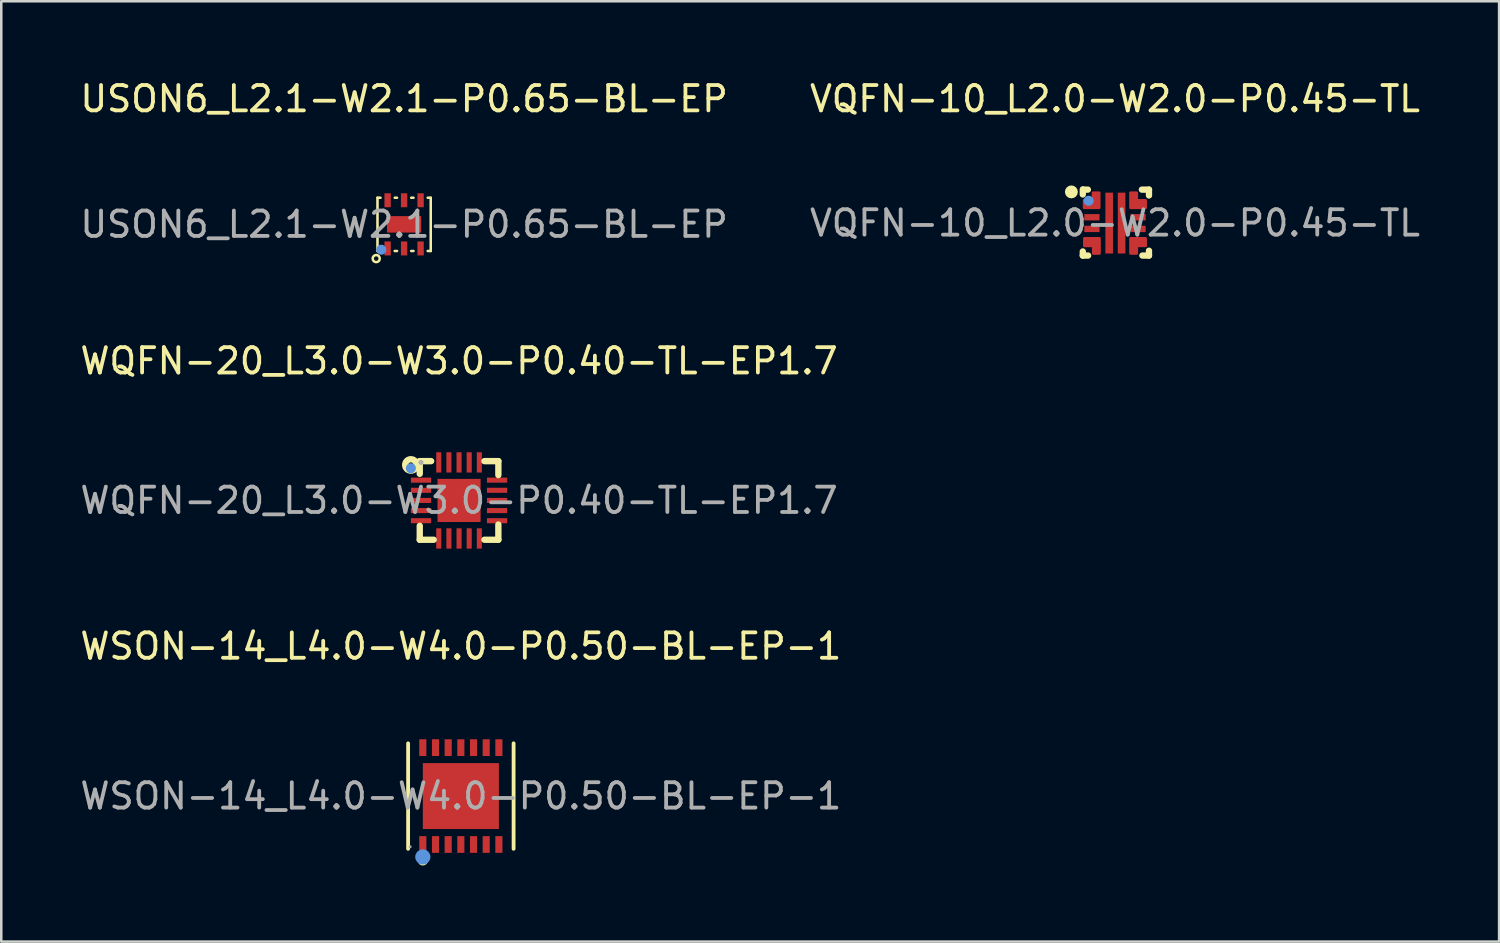
<source format=kicad_pcb>
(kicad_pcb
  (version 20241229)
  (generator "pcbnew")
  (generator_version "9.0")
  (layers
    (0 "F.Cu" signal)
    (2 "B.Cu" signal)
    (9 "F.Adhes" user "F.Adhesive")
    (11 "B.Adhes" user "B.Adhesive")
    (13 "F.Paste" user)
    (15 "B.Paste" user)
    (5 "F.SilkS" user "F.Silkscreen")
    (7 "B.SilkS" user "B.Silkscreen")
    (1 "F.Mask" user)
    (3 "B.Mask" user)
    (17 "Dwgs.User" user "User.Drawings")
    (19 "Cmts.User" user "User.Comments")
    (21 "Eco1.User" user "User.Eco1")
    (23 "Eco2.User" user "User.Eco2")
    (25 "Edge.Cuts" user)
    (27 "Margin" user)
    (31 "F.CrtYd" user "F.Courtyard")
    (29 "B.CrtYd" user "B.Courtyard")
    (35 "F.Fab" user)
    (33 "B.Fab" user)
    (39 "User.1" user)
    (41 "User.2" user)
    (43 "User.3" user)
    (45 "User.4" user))
  (footprint "WSON-14_L4.0-W4.0-P0.50-BL-EP-1"
    (layer "F.Cu")
    (at 15.125 28.345)
    (property "Reference" "WSON-14_L4.0-W4.0-P0.50-BL-EP-1" (at 0 -5.91 0) (layer "F.SilkS") (effects (font (size 1 1) (thickness 0.15))))
    (attr smd)
    (fp_line (start -2.08 2.08) (end -2.08 -2.08) (stroke (width 0.15) (type solid)) (layer "F.SilkS"))
    (fp_line (start 2.08 -2.08) (end 2.08 2.08) (stroke (width 0.15) (type solid)) (layer "F.SilkS"))
    (fp_circle (center -1.5 2.54) (end -1.4 2.54) (stroke (width 0.2) (type solid)) (fill no) (layer "F.SilkS"))
    (fp_circle (center -1.5 2.4) (end -1.35 2.4) (stroke (width 0.3) (type solid)) (fill no) (layer "Cmts.User"))
    (fp_circle (center -2 2) (end -1.97 2) (stroke (width 0.06) (type solid)) (fill no) (layer "F.Fab"))
    (fp_text user "${REFERENCE}" (at 0 0 0) (layer "F.Fab") (effects (font (size 1 1) (thickness 0.15))))
    (pad "1" smd rect (at -1.5 1.91) (size 0.28 0.66) (layers "F.Cu" "F.Mask" "F.Paste"))
    (pad "2" smd rect (at -1 1.91) (size 0.28 0.66) (layers "F.Cu" "F.Mask" "F.Paste"))
    (pad "3" smd rect (at -0.5 1.91) (size 0.28 0.66) (layers "F.Cu" "F.Mask" "F.Paste"))
    (pad "4" smd rect (at 0 1.91) (size 0.28 0.66) (layers "F.Cu" "F.Mask" "F.Paste"))
    (pad "5" smd rect (at 0.5 1.91) (size 0.28 0.66) (layers "F.Cu" "F.Mask" "F.Paste"))
    (pad "6" smd rect (at 1 1.91) (size 0.28 0.66) (layers "F.Cu" "F.Mask" "F.Paste"))
    (pad "7" smd rect (at 1.5 1.91) (size 0.28 0.66) (layers "F.Cu" "F.Mask" "F.Paste"))
    (pad "8" smd rect (at 1.5 -1.91) (size 0.28 0.66) (layers "F.Cu" "F.Mask" "F.Paste"))
    (pad "9" smd rect (at 1 -1.91) (size 0.28 0.66) (layers "F.Cu" "F.Mask" "F.Paste"))
    (pad "10" smd rect (at 0.5 -1.91) (size 0.28 0.66) (layers "F.Cu" "F.Mask" "F.Paste"))
    (pad "11" smd rect (at 0 -1.91) (size 0.28 0.66) (layers "F.Cu" "F.Mask" "F.Paste"))
    (pad "12" smd rect (at -0.5 -1.91) (size 0.28 0.66) (layers "F.Cu" "F.Mask" "F.Paste"))
    (pad "13" smd rect (at -1 -1.91) (size 0.28 0.66) (layers "F.Cu" "F.Mask" "F.Paste"))
    (pad "14" smd rect (at -1.5 -1.91) (size 0.28 0.66) (layers "F.Cu" "F.Mask" "F.Paste"))
    (pad "15" smd rect (at 0 0) (size 3 2.6) (layers "F.Cu" "F.Mask" "F.Paste")))
  (footprint "VQFN-10_L2.0-W2.0-P0.45-TL"
    (layer "F.Cu")
    (at 40.923 5.748)
    (property "Reference" "VQFN-10_L2.0-W2.0-P0.45-TL" (at 0 -4.9 0) (layer "F.SilkS") (effects (font (size 1 1) (thickness 0.15))))
    (attr smd)
    (fp_line (start -1.27 -1.13) (end -1.27 -1.33) (stroke (width 0.25) (type solid)) (layer "F.SilkS"))
    (fp_line (start -1.27 1.28) (end -1.27 1.12) (stroke (width 0.25) (type solid)) (layer "F.SilkS"))
    (fp_line (start -1.23 -1.32) (end -1.07 -1.32) (stroke (width 0.25) (type solid)) (layer "F.SilkS"))
    (fp_line (start -1.06 1.28) (end -1.27 1.28) (stroke (width 0.25) (type solid)) (layer "F.SilkS"))
    (fp_line (start 1.06 -1.32) (end 1.34 -1.32) (stroke (width 0.25) (type solid)) (layer "F.SilkS"))
    (fp_line (start 1.34 -1.32) (end 1.34 -1.09) (stroke (width 0.25) (type solid)) (layer "F.SilkS"))
    (fp_line (start 1.34 1.09) (end 1.34 1.28) (stroke (width 0.25) (type solid)) (layer "F.SilkS"))
    (fp_line (start 1.34 1.28) (end 1.08 1.28) (stroke (width 0.25) (type solid)) (layer "F.SilkS"))
    (fp_circle (center -1.72 -1.23) (end -1.59 -1.23) (stroke (width 0.25) (type solid)) (fill no) (layer "F.SilkS"))
    (fp_circle (center -1.04 -0.88) (end -0.94 -0.88) (stroke (width 0.2) (type solid)) (fill no) (layer "Cmts.User"))
    (fp_circle (center -1 -1) (end -0.97 -1) (stroke (width 0.06) (type solid)) (fill no) (layer "F.Fab"))
    (fp_text user "${REFERENCE}" (at 0 0 0) (layer "F.Fab") (effects (font (size 1 1) (thickness 0.15))))
    (pad "1" smd custom (at -0.91 -0.9) (size 0.01 0.01) (layers "F.Cu" "F.Mask" "F.Paste") (options (anchor circle)) (primitives (gr_poly (pts (xy 0.04 -0.3) (xy 0.04 0) (xy -0.31 0) (xy -0.31 0.3) (xy 0.04 0.3) (xy 0.29 0.3) (xy 0.29 0) (xy 0.29 -0.3) (xy 0.04 -0.3)) (width 0.1) (fill yes))))
    (pad "2" smd rect (at -0.91 -0.23 270) (size 0.25 0.6) (layers "F.Cu" "F.Mask" "F.Paste"))
    (pad "3" smd rect (at -0.91 0.23 270) (size 0.25 0.6) (layers "F.Cu" "F.Mask" "F.Paste"))
    (pad "4" smd custom (at -0.91 0.9) (size 0.01 0.01) (layers "F.Cu" "F.Mask" "F.Paste") (options (anchor circle)) (primitives (gr_poly (pts (xy 0.05 0.3) (xy 0.05 0) (xy -0.3 0) (xy -0.3 -0.3) (xy 0.05 -0.3) (xy 0.3 -0.3) (xy 0.3 0) (xy 0.3 0.3) (xy 0.05 0.3)) (width 0.1) (fill yes))))
    (pad "5" smd rect (at -0.23 0) (size 0.3 2.4) (layers "F.Cu" "F.Mask" "F.Paste"))
    (pad "6" smd rect (at 0.26 0) (size 0.3 2.4) (layers "F.Cu" "F.Mask" "F.Paste"))
    (pad "7" smd custom (at 0.91 0.9) (size 0.01 0.01) (layers "F.Cu" "F.Mask" "F.Paste") (options (anchor circle)) (primitives (gr_poly (pts (xy -0.05 0.3) (xy -0.05 0) (xy 0.3 0) (xy 0.3 -0.3) (xy -0.05 -0.3) (xy -0.3 -0.3) (xy -0.3 0) (xy -0.3 0.3) (xy -0.05 0.3)) (width 0.1) (fill yes))))
    (pad "8" smd rect (at 0.91 0.23 270) (size 0.25 0.6) (layers "F.Cu" "F.Mask" "F.Paste"))
    (pad "9" smd rect (at 0.91 -0.23 270) (size 0.25 0.6) (layers "F.Cu" "F.Mask" "F.Paste"))
    (pad "10" smd custom (at 0.91 -0.9) (size 0.01 0.01) (layers "F.Cu" "F.Mask" "F.Paste") (options (anchor circle)) (primitives (gr_poly (pts (xy -0.05 -0.3) (xy -0.05 0) (xy 0.3 0) (xy 0.3 0.3) (xy -0.05 0.3) (xy -0.3 0.3) (xy -0.3 0) (xy -0.3 -0.3) (xy -0.05 -0.3)) (width 0.1) (fill yes)))))
  (footprint "WQFN-20_L3.0-W3.0-P0.40-TL-EP1.7"
    (layer "F.Cu")
    (at 15.054 16.686)
    (property "Reference" "WQFN-20_L3.0-W3.0-P0.40-TL-EP1.7" (at 0 -5.5 0) (layer "F.SilkS") (effects (font (size 1 1) (thickness 0.15))))
    (attr smd)
    (fp_line (start -1.55 -1.55) (end -1.55 -1.05) (stroke (width 0.25) (type solid)) (layer "F.SilkS"))
    (fp_line (start -1.55 1.55) (end -1.55 1) (stroke (width 0.25) (type solid)) (layer "F.SilkS"))
    (fp_line (start -1.1 -1.55) (end -1.55 -1.55) (stroke (width 0.25) (type solid)) (layer "F.SilkS"))
    (fp_line (start -1 1.55) (end -1.55 1.55) (stroke (width 0.25) (type solid)) (layer "F.SilkS"))
    (fp_line (start 1 -1.55) (end 1.55 -1.55) (stroke (width 0.25) (type solid)) (layer "F.SilkS"))
    (fp_line (start 1.55 -1.55) (end 1.55 -1) (stroke (width 0.25) (type solid)) (layer "F.SilkS"))
    (fp_line (start 1.55 0.95) (end 1.55 1.55) (stroke (width 0.25) (type solid)) (layer "F.SilkS"))
    (fp_line (start 1.55 1.55) (end 1 1.55) (stroke (width 0.25) (type solid)) (layer "F.SilkS"))
    (fp_circle (center -1.9 -1.4) (end -1.8 -1.4) (stroke (width 0.25) (type solid)) (fill no) (layer "F.SilkS"))
    (fp_circle (center -1.9 -1.27) (end -1.8 -1.27) (stroke (width 0.2) (type solid)) (fill no) (layer "Cmts.User"))
    (fp_circle (center -1.5 -1.5) (end -1.45 -1.5) (stroke (width 0.1) (type solid)) (fill no) (layer "F.Fab"))
    (fp_text user "${REFERENCE}" (at 0 0 0) (layer "F.Fab") (effects (font (size 1 1) (thickness 0.15))))
    (pad "1" smd rect (at -1.5 -0.8 90) (size 0.2 0.8) (layers "F.Cu" "F.Mask" "F.Paste"))
    (pad "2" smd rect (at -1.5 -0.4 90) (size 0.2 0.8) (layers "F.Cu" "F.Mask" "F.Paste"))
    (pad "3" smd rect (at -1.5 0 90) (size 0.2 0.8) (layers "F.Cu" "F.Mask" "F.Paste"))
    (pad "4" smd rect (at -1.5 0.4 90) (size 0.2 0.8) (layers "F.Cu" "F.Mask" "F.Paste"))
    (pad "5" smd rect (at -1.5 0.8 90) (size 0.2 0.8) (layers "F.Cu" "F.Mask" "F.Paste"))
    (pad "6" smd rect (at -0.8 1.5) (size 0.2 0.8) (layers "F.Cu" "F.Mask" "F.Paste"))
    (pad "7" smd rect (at -0.4 1.5) (size 0.2 0.8) (layers "F.Cu" "F.Mask" "F.Paste"))
    (pad "8" smd rect (at 0 1.5) (size 0.2 0.8) (layers "F.Cu" "F.Mask" "F.Paste"))
    (pad "9" smd rect (at 0.4 1.5) (size 0.2 0.8) (layers "F.Cu" "F.Mask" "F.Paste"))
    (pad "10" smd rect (at 0.8 1.5) (size 0.2 0.8) (layers "F.Cu" "F.Mask" "F.Paste"))
    (pad "11" smd rect (at 1.5 0.8 90) (size 0.2 0.8) (layers "F.Cu" "F.Mask" "F.Paste"))
    (pad "12" smd rect (at 1.5 0.4 90) (size 0.2 0.8) (layers "F.Cu" "F.Mask" "F.Paste"))
    (pad "13" smd rect (at 1.5 0 90) (size 0.2 0.8) (layers "F.Cu" "F.Mask" "F.Paste"))
    (pad "14" smd rect (at 1.5 -0.4 90) (size 0.2 0.8) (layers "F.Cu" "F.Mask" "F.Paste"))
    (pad "15" smd rect (at 1.5 -0.8 90) (size 0.2 0.8) (layers "F.Cu" "F.Mask" "F.Paste"))
    (pad "16" smd rect (at 0.8 -1.5 180) (size 0.2 0.8) (layers "F.Cu" "F.Mask" "F.Paste"))
    (pad "17" smd rect (at 0.4 -1.5 180) (size 0.2 0.8) (layers "F.Cu" "F.Mask" "F.Paste"))
    (pad "18" smd rect (at 0 -1.5 180) (size 0.2 0.8) (layers "F.Cu" "F.Mask" "F.Paste"))
    (pad "19" smd rect (at -0.4 -1.5 180) (size 0.2 0.8) (layers "F.Cu" "F.Mask" "F.Paste"))
    (pad "20" smd rect (at -0.8 -1.5 180) (size 0.2 0.8) (layers "F.Cu" "F.Mask" "F.Paste"))
    (pad "21" smd rect (at 0 0 180) (size 1.7 1.7) (layers "F.Cu" "F.Mask" "F.Paste")))
  (footprint "USON6_L2.1-W2.1-P0.65-BL-EP"
    (layer "F.Cu")
    (at 12.887 5.798)
    (property "Reference" "USON6_L2.1-W2.1-P0.65-BL-EP" (at 0 -4.95 0) (layer "F.SilkS") (effects (font (size 1 1) (thickness 0.15))))
    (attr smd)
    (fp_line (start -1.05 -1.05) (end -1.05 1.05) (stroke (width 0.1) (type solid)) (layer "F.SilkS"))
    (fp_line (start -1.05 1.05) (end -0.93 1.05) (stroke (width 0.1) (type solid)) (layer "F.SilkS"))
    (fp_line (start -0.93 -1.05) (end -1.05 -1.05) (stroke (width 0.1) (type solid)) (layer "F.SilkS"))
    (fp_line (start -0.37 1.05) (end -0.28 1.05) (stroke (width 0.1) (type solid)) (layer "F.SilkS"))
    (fp_line (start -0.28 -1.05) (end -0.37 -1.05) (stroke (width 0.1) (type solid)) (layer "F.SilkS"))
    (fp_line (start 0.28 1.05) (end 0.37 1.05) (stroke (width 0.1) (type solid)) (layer "F.SilkS"))
    (fp_line (start 0.37 -1.05) (end 0.28 -1.05) (stroke (width 0.1) (type solid)) (layer "F.SilkS"))
    (fp_line (start 0.93 1.05) (end 1.05 1.05) (stroke (width 0.1) (type solid)) (layer "F.SilkS"))
    (fp_line (start 1.05 -1.05) (end 0.93 -1.05) (stroke (width 0.1) (type solid)) (layer "F.SilkS"))
    (fp_line (start 1.05 1.05) (end 1.05 -1.05) (stroke (width 0.1) (type solid)) (layer "F.SilkS"))
    (fp_circle (center -1.1 1.35) (end -0.96 1.35) (stroke (width 0.1) (type solid)) (fill no) (layer "F.SilkS"))
    (fp_circle (center -0.9 1) (end -0.8 1) (stroke (width 0.2) (type solid)) (fill no) (layer "Cmts.User"))
    (fp_circle (center -1.05 1.05) (end -1.02 1.05) (stroke (width 0.06) (type solid)) (fill no) (layer "F.Fab"))
    (fp_text user "${REFERENCE}" (at 0 0 0) (layer "F.Fab") (effects (font (size 1 1) (thickness 0.15))))
    (pad "1" smd rect (at -0.65 0.95 180) (size 0.25 0.55) (layers "F.Cu" "F.Mask" "F.Paste"))
    (pad "2" smd rect (at 0 0.95 180) (size 0.25 0.55) (layers "F.Cu" "F.Mask" "F.Paste"))
    (pad "3" smd rect (at 0.65 0.95 180) (size 0.25 0.55) (layers "F.Cu" "F.Mask" "F.Paste"))
    (pad "4" smd rect (at 0.65 -0.95 180) (size 0.25 0.55) (layers "F.Cu" "F.Mask" "F.Paste"))
    (pad "5" smd rect (at 0 -0.95 180) (size 0.25 0.55) (layers "F.Cu" "F.Mask" "F.Paste"))
    (pad "6" smd rect (at -0.65 -0.95 180) (size 0.25 0.55) (layers "F.Cu" "F.Mask" "F.Paste"))
    (pad "7" smd rect (at 0 0 180) (size 1.35 0.65) (layers "F.Cu" "F.Mask" "F.Paste")))
  (gr_rect
    (start -3 -3)
    (end 56.071 34.085)
    (stroke (width 0.1) (type default))
    (fill no)
    (layer "Edge.Cuts")))
</source>
